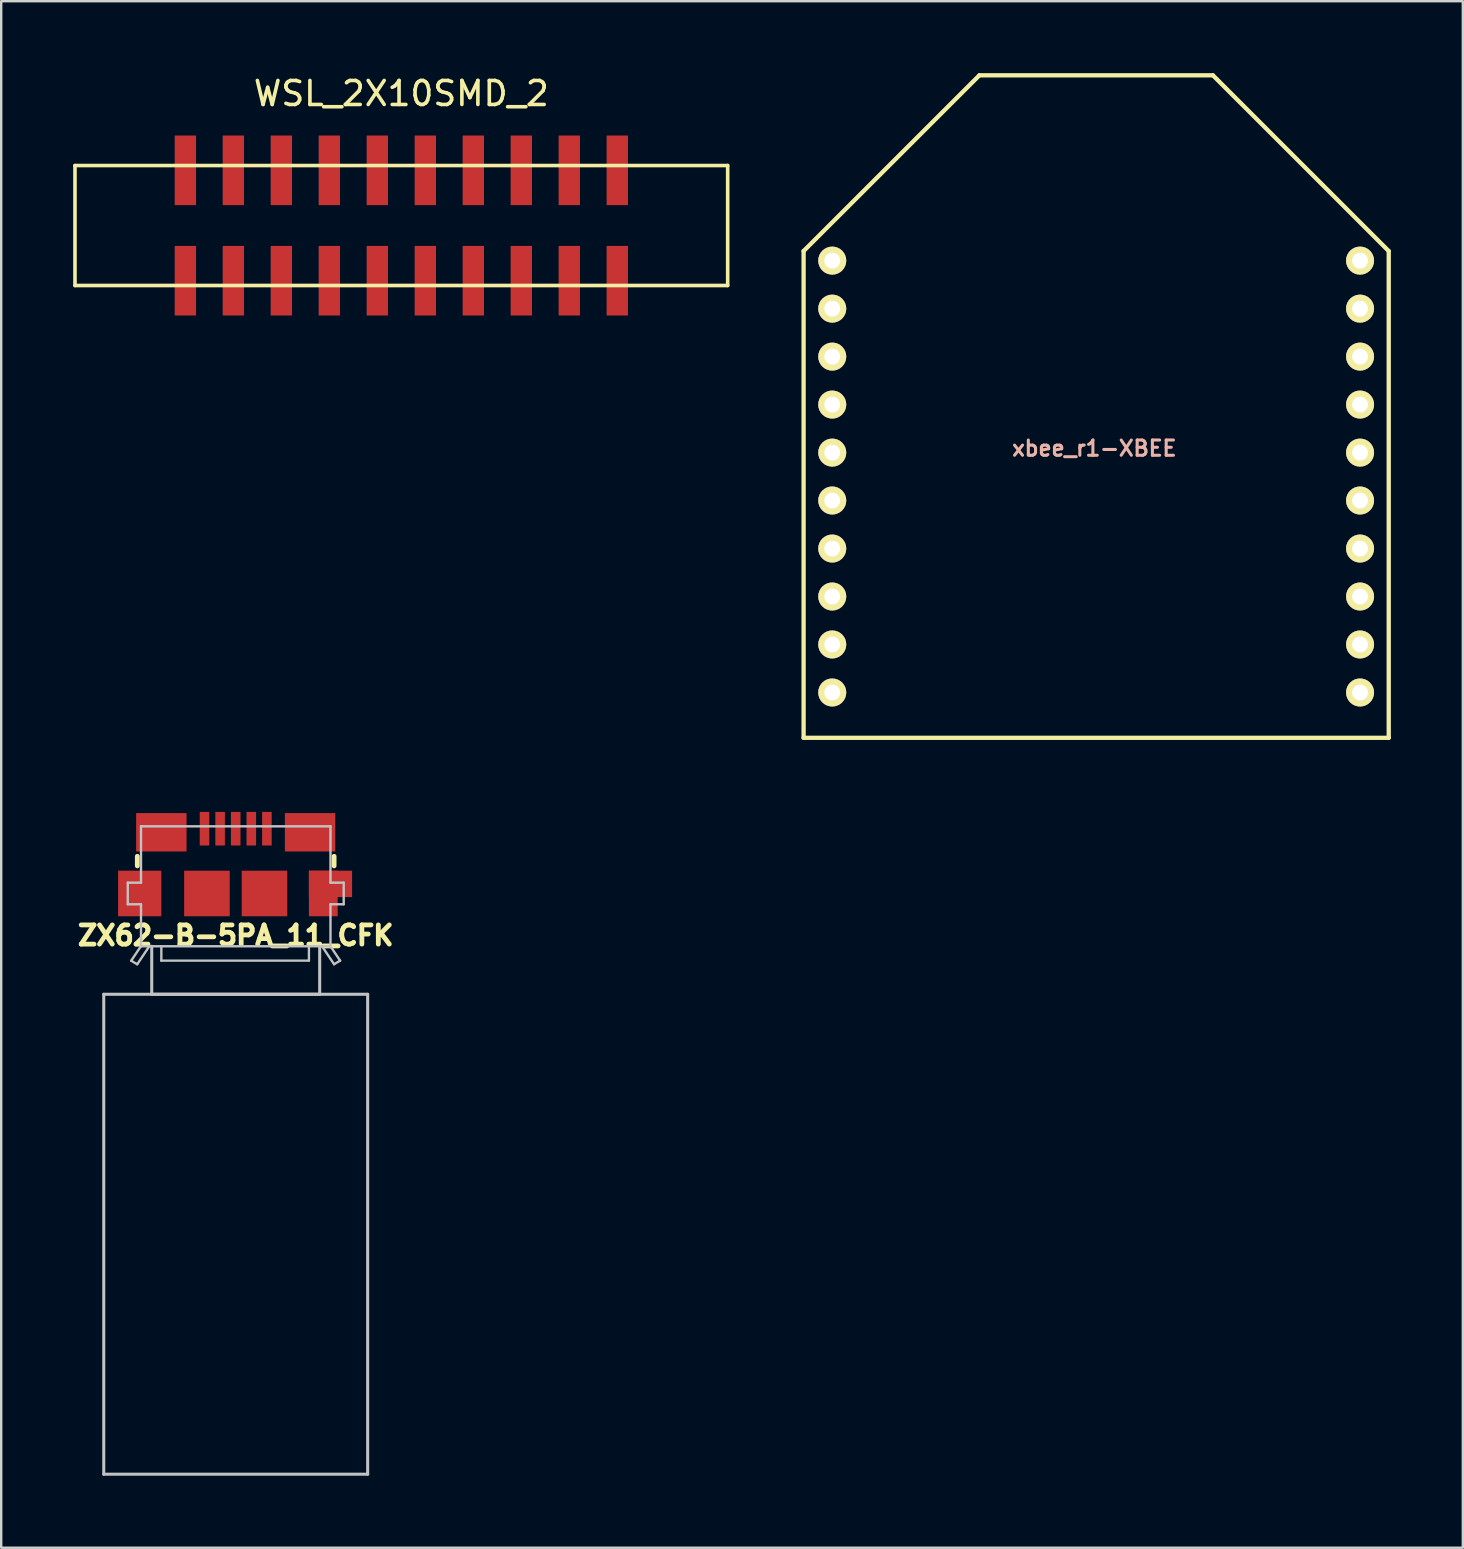
<source format=kicad_pcb>
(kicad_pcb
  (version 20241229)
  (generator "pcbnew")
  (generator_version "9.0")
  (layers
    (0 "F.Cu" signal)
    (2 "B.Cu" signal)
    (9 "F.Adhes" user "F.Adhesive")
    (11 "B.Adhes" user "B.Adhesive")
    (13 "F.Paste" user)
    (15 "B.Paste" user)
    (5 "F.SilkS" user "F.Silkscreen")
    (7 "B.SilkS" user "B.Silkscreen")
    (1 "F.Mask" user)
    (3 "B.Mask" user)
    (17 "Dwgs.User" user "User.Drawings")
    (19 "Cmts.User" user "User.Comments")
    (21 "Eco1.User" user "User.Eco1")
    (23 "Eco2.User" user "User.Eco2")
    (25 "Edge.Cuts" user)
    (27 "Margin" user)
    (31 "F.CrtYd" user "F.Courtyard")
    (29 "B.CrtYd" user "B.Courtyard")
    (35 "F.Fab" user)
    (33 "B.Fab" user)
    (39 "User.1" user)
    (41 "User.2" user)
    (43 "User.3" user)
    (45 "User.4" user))
  (footprint "WSL_2X10SMD_2"
    (layer "F.Cu")
    (at 13.675 6.348)
    (property "Reference" "WSL_2X10SMD_2" (at 0 -5.5 0) (layer "F.SilkS") (effects (font (size 1 1) (thickness 0.15))))
    (attr through_hole)
    (fp_line (start -13.6 -2.5) (end 13.6 -2.5) (stroke (width 0.15) (type solid)) (layer "F.SilkS"))
    (fp_line (start -13.6 2.5) (end -13.6 -2.5) (stroke (width 0.15) (type solid)) (layer "F.SilkS"))
    (fp_line (start 13.6 -2.5) (end 13.6 2.5) (stroke (width 0.15) (type solid)) (layer "F.SilkS"))
    (fp_line (start 13.6 2.5) (end -13.6 2.5) (stroke (width 0.15) (type solid)) (layer "F.SilkS"))
    (pad "1" smd rect (at -9 2.3) (size 0.89 2.9) (layers "F.Cu" "F.Mask" "F.Paste"))
    (pad "2" smd rect (at -9 -2.3) (size 0.89 2.9) (layers "F.Cu" "F.Mask" "F.Paste"))
    (pad "3" smd rect (at -7 2.3) (size 0.89 2.9) (layers "F.Cu" "F.Mask" "F.Paste"))
    (pad "4" smd rect (at -7 -2.3) (size 0.89 2.9) (layers "F.Cu" "F.Mask" "F.Paste"))
    (pad "5" smd rect (at -5 2.3) (size 0.89 2.9) (layers "F.Cu" "F.Mask" "F.Paste"))
    (pad "6" smd rect (at -5 -2.3) (size 0.89 2.9) (layers "F.Cu" "F.Mask" "F.Paste"))
    (pad "7" smd rect (at -3 2.3) (size 0.89 2.9) (layers "F.Cu" "F.Mask" "F.Paste"))
    (pad "8" smd rect (at -3 -2.3) (size 0.89 2.9) (layers "F.Cu" "F.Mask" "F.Paste"))
    (pad "9" smd rect (at -1 2.3) (size 0.89 2.9) (layers "F.Cu" "F.Mask" "F.Paste"))
    (pad "10" smd rect (at -1 -2.3) (size 0.89 2.9) (layers "F.Cu" "F.Mask" "F.Paste"))
    (pad "11" smd rect (at 1 2.3) (size 0.89 2.9) (layers "F.Cu" "F.Mask" "F.Paste"))
    (pad "12" smd rect (at 1 -2.3) (size 0.89 2.9) (layers "F.Cu" "F.Mask" "F.Paste"))
    (pad "13" smd rect (at 3 2.3) (size 0.89 2.9) (layers "F.Cu" "F.Mask" "F.Paste"))
    (pad "14" smd rect (at 3 -2.3) (size 0.89 2.9) (layers "F.Cu" "F.Mask" "F.Paste"))
    (pad "15" smd rect (at 5 2.3) (size 0.89 2.9) (layers "F.Cu" "F.Mask" "F.Paste"))
    (pad "16" smd rect (at 5 -2.3) (size 0.89 2.9) (layers "F.Cu" "F.Mask" "F.Paste"))
    (pad "17" smd rect (at 7 2.3) (size 0.89 2.9) (layers "F.Cu" "F.Mask" "F.Paste"))
    (pad "18" smd rect (at 7 -2.3) (size 0.89 2.9) (layers "F.Cu" "F.Mask" "F.Paste"))
    (pad "19" smd rect (at 9 2.3) (size 0.89 2.9) (layers "F.Cu" "F.Mask" "F.Paste"))
    (pad "20" smd rect (at 9 -2.3) (size 0.89 2.9) (layers "F.Cu" "F.Mask" "F.Paste")))
  (footprint "xbee_r1-XBEE"
    (layer "F.Cu")
    (at 42.631 16.81)
    (property "Reference" "xbee_r1-XBEE" (at -0.075 -1.175 0) (layer "B.SilkS") (effects (font (size 0.635 0.635) (thickness 0.127))))
    (attr exclude_from_pos_files exclude_from_bom)
    (fp_line (start -12.192 -9.398) (end -12.192 10.886) (stroke (width 0.127) (type solid)) (layer "F.SilkS"))
    (fp_line (start -12.192 -9.398) (end -12.192 10.886) (stroke (width 0.178) (type solid)) (layer "F.SilkS"))
    (fp_line (start -12.192 10.886) (end 12.192 10.886) (stroke (width 0.127) (type solid)) (layer "F.SilkS"))
    (fp_line (start -12.192 10.886) (end 12.192 10.886) (stroke (width 0.178) (type solid)) (layer "F.SilkS"))
    (fp_line (start -4.867 -16.721) (end -12.192 -9.398) (stroke (width 0.127) (type solid)) (layer "F.SilkS"))
    (fp_line (start -4.867 -16.721) (end -12.192 -9.398) (stroke (width 0.178) (type solid)) (layer "F.SilkS"))
    (fp_line (start 4.867 -16.721) (end -4.867 -16.721) (stroke (width 0.127) (type solid)) (layer "F.SilkS"))
    (fp_line (start 4.867 -16.721) (end -4.867 -16.721) (stroke (width 0.178) (type solid)) (layer "F.SilkS"))
    (fp_line (start 12.192 -9.398) (end 4.867 -16.721) (stroke (width 0.127) (type solid)) (layer "F.SilkS"))
    (fp_line (start 12.192 -9.398) (end 4.867 -16.721) (stroke (width 0.178) (type solid)) (layer "F.SilkS"))
    (fp_line (start 12.192 10.886) (end 12.192 -9.398) (stroke (width 0.127) (type solid)) (layer "F.SilkS"))
    (fp_line (start 12.192 10.886) (end 12.192 -9.398) (stroke (width 0.178) (type solid)) (layer "F.SilkS"))
    (pad "1" thru_hole circle (at -10.998 -8.999) (size 1.168 1.168) (drill 0.66) (layers "*.Cu" "F.Mask" "F.SilkS" "F.Paste"))
    (pad "2" thru_hole circle (at -10.998 -6.998) (size 1.168 1.168) (drill 0.66) (layers "*.Cu" "F.Mask" "F.SilkS" "F.Paste"))
    (pad "3" thru_hole circle (at -10.998 -4.999) (size 1.168 1.168) (drill 0.66) (layers "*.Cu" "F.Mask" "F.SilkS" "F.Paste"))
    (pad "4" thru_hole circle (at -10.998 -3) (size 1.168 1.168) (drill 0.66) (layers "*.Cu" "F.Mask" "F.SilkS" "F.Paste"))
    (pad "5" thru_hole circle (at -10.998 -0.998) (size 1.168 1.168) (drill 0.66) (layers "*.Cu" "F.Mask" "F.SilkS" "F.Paste"))
    (pad "6" thru_hole circle (at -10.998 0.998) (size 1.168 1.168) (drill 0.66) (layers "*.Cu" "F.Mask" "F.SilkS" "F.Paste"))
    (pad "7" thru_hole circle (at -10.998 3) (size 1.168 1.168) (drill 0.66) (layers "*.Cu" "F.Mask" "F.SilkS" "F.Paste"))
    (pad "8" thru_hole circle (at -10.998 4.999) (size 1.168 1.168) (drill 0.66) (layers "*.Cu" "F.Mask" "F.SilkS" "F.Paste"))
    (pad "9" thru_hole circle (at -10.998 6.998) (size 1.168 1.168) (drill 0.66) (layers "*.Cu" "F.Mask" "F.SilkS" "F.Paste"))
    (pad "10" thru_hole circle (at -10.998 8.999) (size 1.168 1.168) (drill 0.66) (layers "*.Cu" "F.Mask" "F.SilkS" "F.Paste"))
    (pad "11" thru_hole circle (at 10.998 8.999) (size 1.168 1.168) (drill 0.66) (layers "*.Cu" "F.Mask" "F.SilkS" "F.Paste"))
    (pad "12" thru_hole circle (at 10.998 6.998) (size 1.168 1.168) (drill 0.66) (layers "*.Cu" "F.Mask" "F.SilkS" "F.Paste"))
    (pad "13" thru_hole circle (at 10.998 4.999) (size 1.168 1.168) (drill 0.66) (layers "*.Cu" "F.Mask" "F.SilkS" "F.Paste"))
    (pad "14" thru_hole circle (at 10.998 3) (size 1.168 1.168) (drill 0.66) (layers "*.Cu" "F.Mask" "F.SilkS" "F.Paste"))
    (pad "15" thru_hole circle (at 10.998 0.998) (size 1.168 1.168) (drill 0.66) (layers "*.Cu" "F.Mask" "F.SilkS" "F.Paste"))
    (pad "16" thru_hole circle (at 10.998 -0.998) (size 1.168 1.168) (drill 0.66) (layers "*.Cu" "F.Mask" "F.SilkS" "F.Paste"))
    (pad "17" thru_hole circle (at 10.998 -3) (size 1.168 1.168) (drill 0.66) (layers "*.Cu" "F.Mask" "F.SilkS" "F.Paste"))
    (pad "18" thru_hole circle (at 10.998 -4.999) (size 1.168 1.168) (drill 0.66) (layers "*.Cu" "F.Mask" "F.SilkS" "F.Paste"))
    (pad "19" thru_hole circle (at 10.998 -6.998) (size 1.168 1.168) (drill 0.66) (layers "*.Cu" "F.Mask" "F.SilkS" "F.Paste"))
    (pad "20" thru_hole circle (at 10.998 -8.999) (size 1.168 1.168) (drill 0.66) (layers "*.Cu" "F.Mask" "F.SilkS" "F.Paste")))
  (footprint "ZX62-B-5PA_11_CFK"
    (layer "F.Cu")
    (at 6.773 34.185)
    (property "Reference" "ZX62-B-5PA_11_CFK" (at 0 1.75 0) (layer "F.SilkS") (effects (font (size 0.8 0.8) (thickness 0.201))))
    (attr smd)
    (fp_line (start -4.1 -1.549) (end -4.1 -1.151) (stroke (width 0.201) (type solid)) (layer "F.SilkS"))
    (fp_line (start 4.1 -1.549) (end 4.1 -1.151) (stroke (width 0.201) (type solid)) (layer "F.SilkS"))
    (fp_line (start -5.499 4.201) (end 5.499 4.201) (stroke (width 0.127) (type solid)) (layer "Dwgs.User"))
    (fp_line (start -5.499 24.201) (end -5.499 4.201) (stroke (width 0.127) (type solid)) (layer "Dwgs.User"))
    (fp_line (start -4.498 -0.45) (end -4.498 0.45) (stroke (width 0.099) (type solid)) (layer "Dwgs.User"))
    (fp_line (start -4.498 0.45) (end -3.947 0.45) (stroke (width 0.099) (type solid)) (layer "Dwgs.User"))
    (fp_line (start -4.356 2.802) (end -4.105 2.951) (stroke (width 0.099) (type solid)) (layer "Dwgs.User"))
    (fp_line (start -4.105 2.951) (end -3.604 2.202) (stroke (width 0.099) (type solid)) (layer "Dwgs.User"))
    (fp_line (start -3.955 2.202) (end -4.356 2.802) (stroke (width 0.099) (type solid)) (layer "Dwgs.User"))
    (fp_line (start -3.95 -2.799) (end 3.95 -2.799) (stroke (width 0.099) (type solid)) (layer "Dwgs.User"))
    (fp_line (start -3.947 -2.799) (end -3.947 -0.45) (stroke (width 0.099) (type solid)) (layer "Dwgs.User"))
    (fp_line (start -3.947 -0.45) (end -4.498 -0.45) (stroke (width 0.099) (type solid)) (layer "Dwgs.User"))
    (fp_line (start -3.947 0.45) (end -3.947 2.2) (stroke (width 0.099) (type solid)) (layer "Dwgs.User"))
    (fp_line (start -3.5 4.201) (end -3.5 2.2) (stroke (width 0.127) (type solid)) (layer "Dwgs.User"))
    (fp_line (start -3.099 2.2) (end -3.099 2.799) (stroke (width 0.099) (type solid)) (layer "Dwgs.User"))
    (fp_line (start -3.099 2.799) (end 3.051 2.799) (stroke (width 0.099) (type solid)) (layer "Dwgs.User"))
    (fp_line (start 3.051 2.799) (end 3.051 2.2) (stroke (width 0.099) (type solid)) (layer "Dwgs.User"))
    (fp_line (start 3.5 2.2) (end 3.5 4.201) (stroke (width 0.127) (type solid)) (layer "Dwgs.User"))
    (fp_line (start 3.5 4.201) (end -3.5 4.201) (stroke (width 0.127) (type solid)) (layer "Dwgs.User"))
    (fp_line (start 3.95 -2.799) (end 3.95 -0.45) (stroke (width 0.099) (type solid)) (layer "Dwgs.User"))
    (fp_line (start 3.95 -0.45) (end 4.501 -0.45) (stroke (width 0.099) (type solid)) (layer "Dwgs.User"))
    (fp_line (start 3.95 0.45) (end 3.95 2.2) (stroke (width 0.099) (type solid)) (layer "Dwgs.User"))
    (fp_line (start 3.95 2.2) (end -3.95 2.2) (stroke (width 0.099) (type solid)) (layer "Dwgs.User"))
    (fp_line (start 3.95 2.2) (end 4.351 2.799) (stroke (width 0.099) (type solid)) (layer "Dwgs.User"))
    (fp_line (start 4.1 2.949) (end 3.599 2.2) (stroke (width 0.099) (type solid)) (layer "Dwgs.User"))
    (fp_line (start 4.351 2.799) (end 4.1 2.949) (stroke (width 0.099) (type solid)) (layer "Dwgs.User"))
    (fp_line (start 4.501 -0.45) (end 4.501 0.45) (stroke (width 0.099) (type solid)) (layer "Dwgs.User"))
    (fp_line (start 4.501 0.45) (end 3.95 0.45) (stroke (width 0.099) (type solid)) (layer "Dwgs.User"))
    (fp_line (start 5.499 4.201) (end 5.499 24.201) (stroke (width 0.127) (type solid)) (layer "Dwgs.User"))
    (fp_line (start 5.499 24.201) (end -5.499 24.201) (stroke (width 0.127) (type solid)) (layer "Dwgs.User"))
    (pad "" smd rect (at -4 0) (size 1.801 1.9) (layers "F.Cu" "F.Mask" "F.Paste"))
    (pad "" smd rect (at -3.099 -2.55) (size 2.101 1.6) (layers "F.Cu" "F.Mask" "F.Paste"))
    (pad "" smd rect (at -1.199 0) (size 1.9 1.9) (layers "F.Cu" "F.Mask" "F.Paste"))
    (pad "" smd rect (at 1.199 0) (size 1.9 1.9) (layers "F.Cu" "F.Mask" "F.Paste"))
    (pad "" smd rect (at 3.099 -2.55) (size 2.101 1.6) (layers "F.Cu" "F.Mask" "F.Paste"))
    (pad "" smd rect (at 3.65 0) (size 1.199 1.9) (layers "F.Cu" "F.Mask" "F.Paste"))
    (pad "" smd rect (at 3.95 -0.399) (size 1.801 1.1) (layers "F.Cu" "F.Mask" "F.Paste"))
    (pad "1" smd rect (at -1.3 -2.7) (size 0.399 1.4) (layers "F.Cu" "F.Mask" "F.Paste"))
    (pad "2" smd rect (at -0.65 -2.7) (size 0.399 1.4) (layers "F.Cu" "F.Mask" "F.Paste"))
    (pad "3" smd rect (at 0 -2.7) (size 0.399 1.4) (layers "F.Cu" "F.Mask" "F.Paste"))
    (pad "4" smd rect (at 0.65 -2.7) (size 0.399 1.4) (layers "F.Cu" "F.Mask" "F.Paste"))
    (pad "5" smd rect (at 1.3 -2.7) (size 0.399 1.4) (layers "F.Cu" "F.Mask" "F.Paste")))
  (gr_rect
    (start -3 -3)
    (end 57.912 61.449)
    (stroke (width 0.1) (type default))
    (fill no)
    (layer "Edge.Cuts")))
</source>
